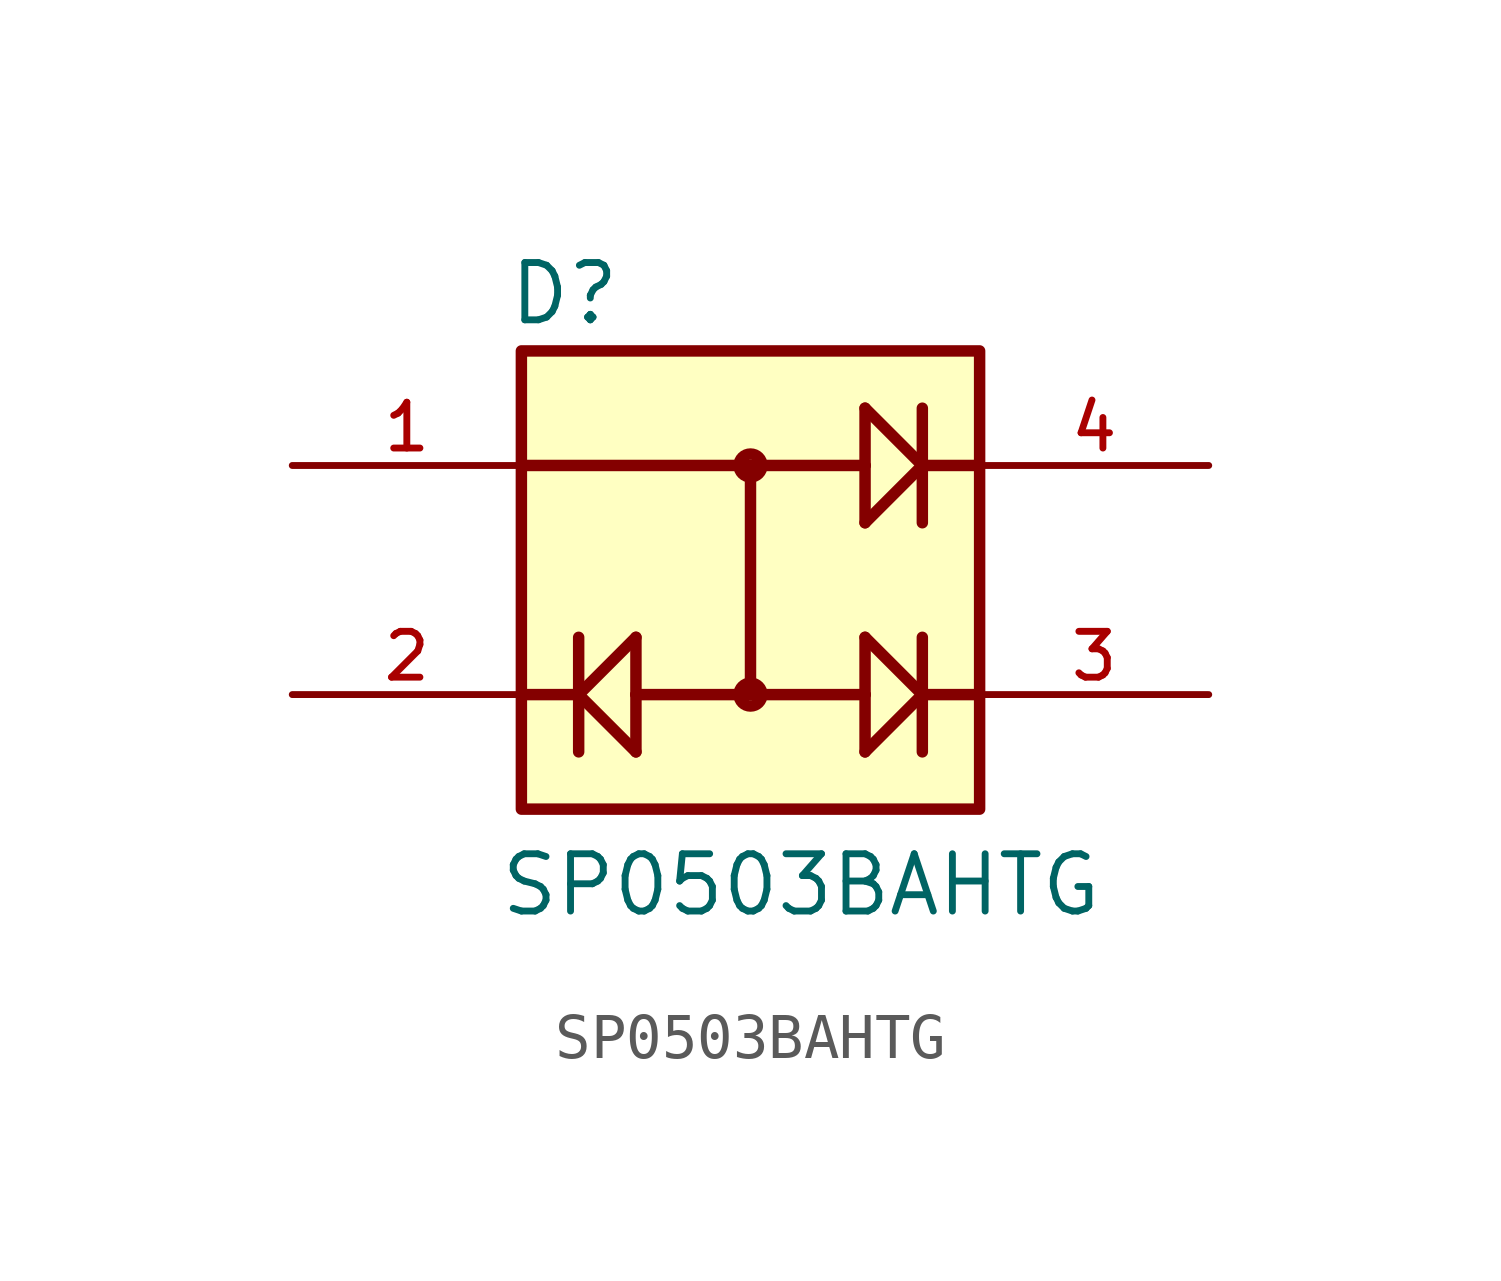
<source format=kicad_sym>
(kicad_symbol_lib
  (version 20211014)
  (generator kicad_symbol_editor)
  (symbol "SP0503BAHTG"
    (pin_names
      (offset 1.016))
    (property "Reference" "D"
      (at -5.406 5.606 0)
      (effects (font (size 1.27 1.27)) (justify bottom left)))
    (property "Value" "SP0503BAHTG"
      (at -5.602 -7.503 0)
      (effects (font (size 1.27 1.27)) (justify bottom left)))
    (symbol "SP0503BAHTG_0_0"
      (polyline (pts (xy -5.08 2.54) (xy 0.0 2.54)) (stroke (width 0.254)))
      (polyline (pts (xy 0.0 2.54) (xy 2.54 2.54)) (stroke (width 0.254)))
      (polyline (pts (xy 2.54 2.54) (xy 2.54 3.81)) (stroke (width 0.254)))
      (polyline (pts (xy 2.54 2.54) (xy 2.54 1.27)) (stroke (width 0.254)))
      (polyline (pts (xy 2.54 1.27) (xy 3.81 2.54)) (stroke (width 0.254)))
      (polyline (pts (xy 3.81 2.54) (xy 2.54 3.81)) (stroke (width 0.254)))
      (polyline (pts (xy 3.81 3.81) (xy 3.81 2.54)) (stroke (width 0.254)))
      (polyline (pts (xy 3.81 2.54) (xy 3.81 1.27)) (stroke (width 0.254)))
      (polyline (pts (xy 3.81 2.54) (xy 5.08 2.54)) (stroke (width 0.254)))
      (polyline (pts (xy -5.08 -2.54) (xy -3.81 -2.54)) (stroke (width 0.254)))
      (polyline (pts (xy -3.81 -2.54) (xy -3.81 -1.27)) (stroke (width 0.254)))
      (polyline (pts (xy -3.81 -2.54) (xy -3.81 -3.81)) (stroke (width 0.254)))
      (polyline (pts (xy -3.81 -2.54) (xy -2.54 -1.27)) (stroke (width 0.254)))
      (polyline (pts (xy -2.54 -1.27) (xy -2.54 -2.54)) (stroke (width 0.254)))
      (polyline (pts (xy -2.54 -2.54) (xy -2.54 -3.81)) (stroke (width 0.254)))
      (polyline (pts (xy -2.54 -3.81) (xy -3.81 -2.54)) (stroke (width 0.254)))
      (polyline (pts (xy -2.54 -2.54) (xy 0.0 -2.54)) (stroke (width 0.254)))
      (polyline (pts (xy 0.0 -2.54) (xy 2.54 -2.54)) (stroke (width 0.254)))
      (polyline (pts (xy 2.54 -2.54) (xy 2.54 -1.27)) (stroke (width 0.254)))
      (polyline (pts (xy 2.54 -2.54) (xy 2.54 -3.81)) (stroke (width 0.254)))
      (polyline (pts (xy 2.54 -3.81) (xy 3.81 -2.54)) (stroke (width 0.254)))
      (polyline (pts (xy 3.81 -2.54) (xy 2.54 -1.27)) (stroke (width 0.254)))
      (polyline (pts (xy 3.81 -1.27) (xy 3.81 -2.54)) (stroke (width 0.254)))
      (polyline (pts (xy 3.81 -2.54) (xy 3.81 -3.81)) (stroke (width 0.254)))
      (polyline (pts (xy 3.81 -2.54) (xy 5.08 -2.54)) (stroke (width 0.254)))
      (polyline (pts (xy 0.0 -2.54) (xy 0.0 2.54)) (stroke (width 0.254)))
      (circle (center 0.0 2.54) (radius 0.254) (stroke (width 0.254)) (fill (type none)))
      (circle (center 0.0 -2.54) (radius 0.254) (stroke (width 0.254)) (fill (type none)))
      (rectangle (start -5.08 -5.08) (end 5.08 5.08) (stroke (width 0.254)) (fill (type background)))
      (pin passive line (at -10.16 2.54 0) (length 5.08) (name "~" (effects (font (size 1.016 1.016)))) (number "1" (effects (font (size 1.016 1.016)))))
      (pin passive line (at -10.16 -2.54 0) (length 5.08) (name "~" (effects (font (size 1.016 1.016)))) (number "2" (effects (font (size 1.016 1.016)))))
      (pin passive line (at 10.16 2.54 180.0) (length 5.08) (name "~" (effects (font (size 1.016 1.016)))) (number "4" (effects (font (size 1.016 1.016)))))
      (pin passive line (at 10.16 -2.54 180.0) (length 5.08) (name "~" (effects (font (size 1.016 1.016)))) (number "3" (effects (font (size 1.016 1.016))))))))
</source>
